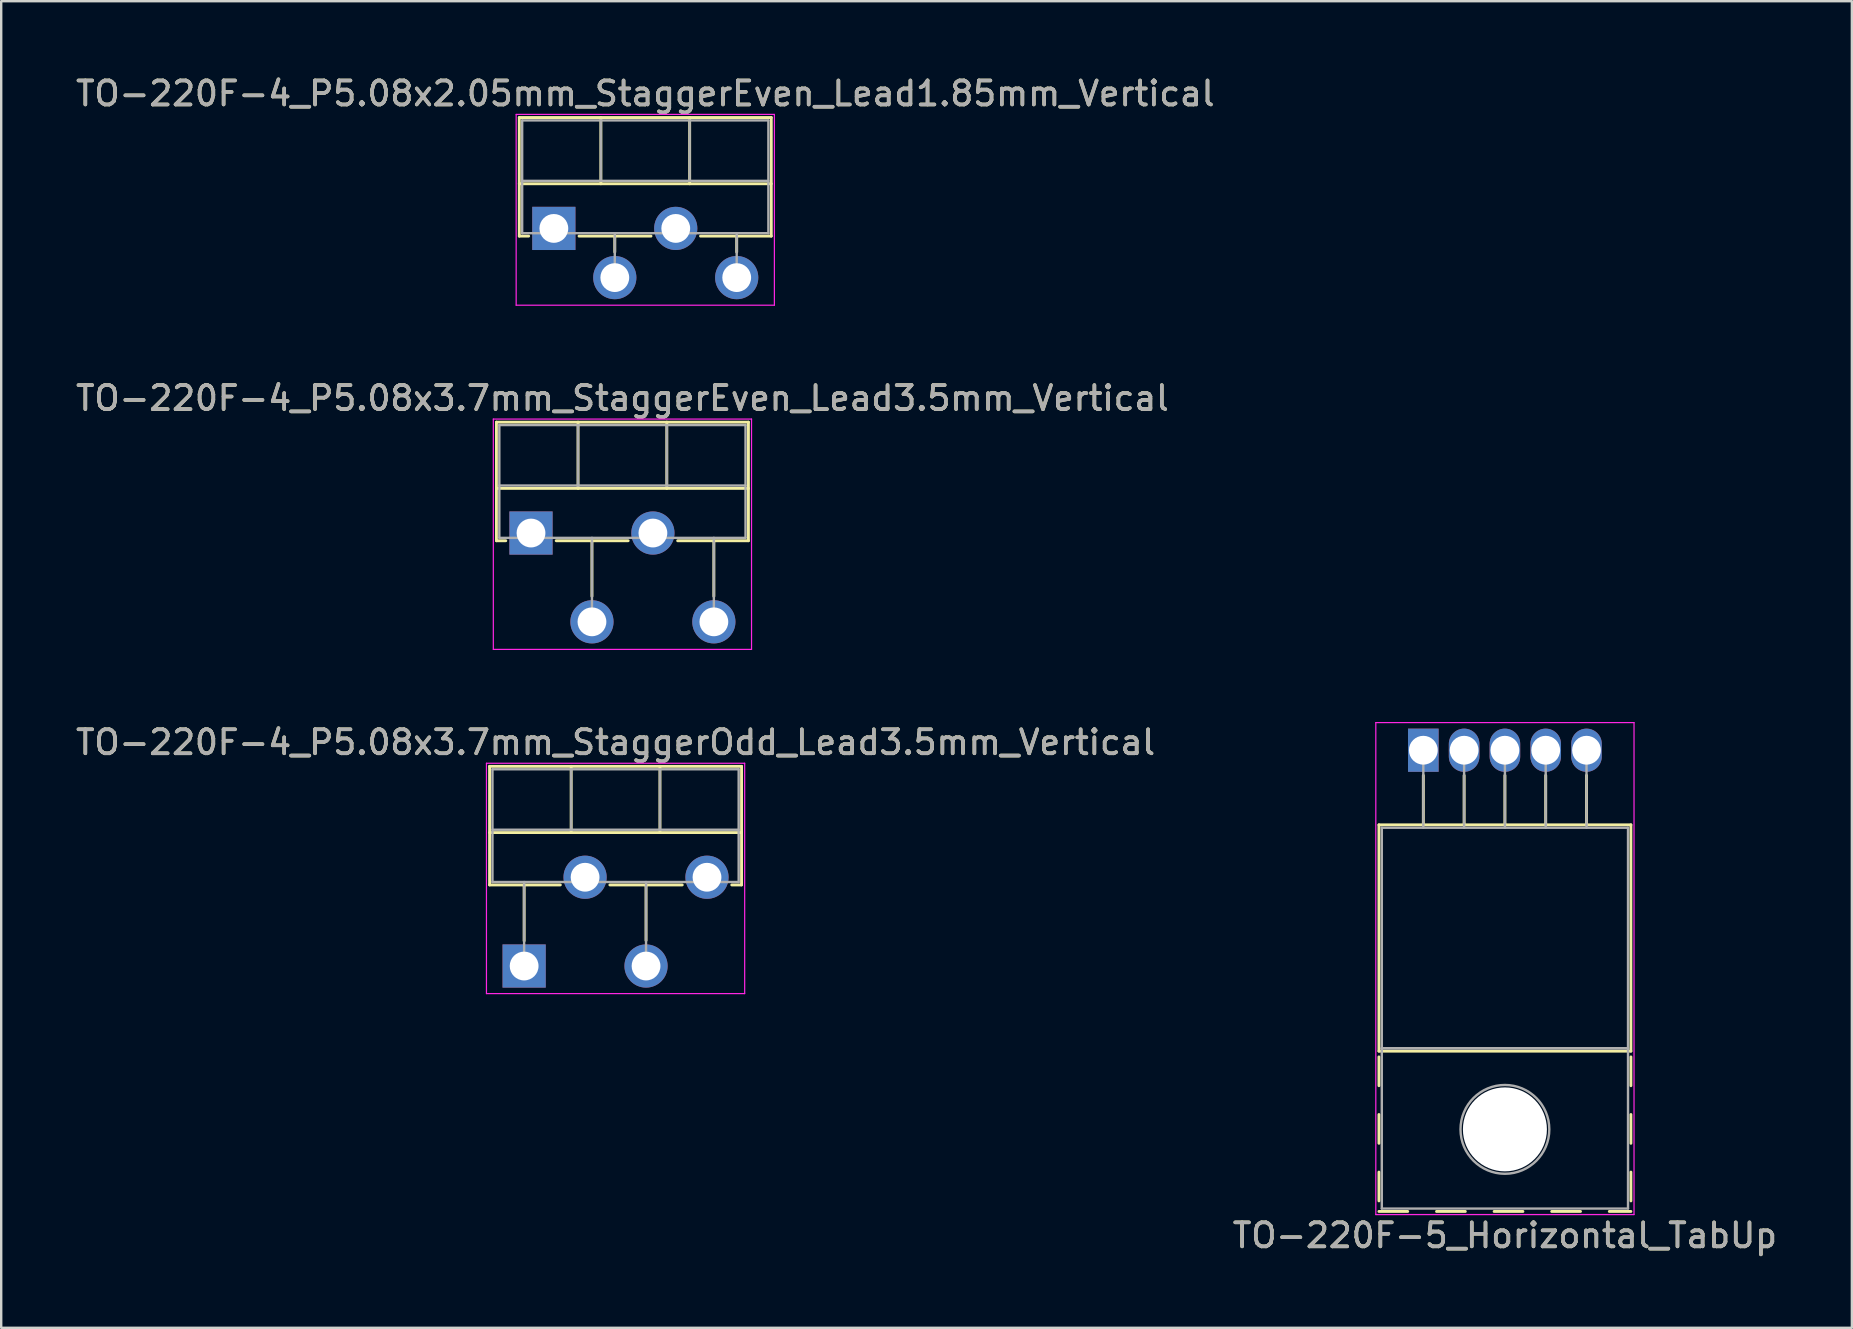
<source format=kicad_pcb>
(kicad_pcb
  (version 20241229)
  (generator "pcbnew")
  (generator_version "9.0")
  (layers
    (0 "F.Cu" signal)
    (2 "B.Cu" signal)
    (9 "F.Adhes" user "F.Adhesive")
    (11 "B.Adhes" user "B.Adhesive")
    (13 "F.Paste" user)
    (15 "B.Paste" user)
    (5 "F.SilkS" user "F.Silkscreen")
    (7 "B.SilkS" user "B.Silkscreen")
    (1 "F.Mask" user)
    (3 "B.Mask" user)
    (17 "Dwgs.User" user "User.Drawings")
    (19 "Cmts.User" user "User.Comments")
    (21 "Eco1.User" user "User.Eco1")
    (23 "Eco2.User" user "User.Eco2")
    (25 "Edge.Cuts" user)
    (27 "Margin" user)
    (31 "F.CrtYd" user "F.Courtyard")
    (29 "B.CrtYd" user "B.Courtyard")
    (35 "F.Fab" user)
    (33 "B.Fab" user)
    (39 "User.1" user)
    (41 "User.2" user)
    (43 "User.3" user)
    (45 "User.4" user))
  (footprint "TO-220F-5_Horizontal_TabUp"
    (layer "F.Cu")
    (at 56.261 28.212)
    (property "Reference" "TO-220F-5_Horizontal_TabUp" (at 3.4 20.22 0) (layer "F.SilkS") (effects (font (size 1 1) (thickness 0.15))))
    (attr through_hole)
    (fp_line (start -1.85 3.11) (end -1.85 12.54) (stroke (width 0.12) (type solid)) (layer "F.SilkS"))
    (fp_line (start -1.85 3.11) (end 8.65 3.11) (stroke (width 0.12) (type solid)) (layer "F.SilkS"))
    (fp_line (start -1.85 12.54) (end 8.65 12.54) (stroke (width 0.12) (type solid)) (layer "F.SilkS"))
    (fp_line (start -1.85 12.78) (end -1.85 13.98) (stroke (width 0.12) (type solid)) (layer "F.SilkS"))
    (fp_line (start -1.85 15.18) (end -1.85 16.38) (stroke (width 0.12) (type solid)) (layer "F.SilkS"))
    (fp_line (start -1.85 17.58) (end -1.85 18.78) (stroke (width 0.12) (type solid)) (layer "F.SilkS"))
    (fp_line (start -1.85 19.22) (end -0.651 19.22) (stroke (width 0.12) (type solid)) (layer "F.SilkS"))
    (fp_line (start 0 1.05) (end 0 3.11) (stroke (width 0.12) (type solid)) (layer "F.SilkS"))
    (fp_line (start 0.55 19.22) (end 1.75 19.22) (stroke (width 0.12) (type solid)) (layer "F.SilkS"))
    (fp_line (start 1.7 1.05) (end 1.7 3.11) (stroke (width 0.12) (type solid)) (layer "F.SilkS"))
    (fp_line (start 2.95 19.22) (end 4.15 19.22) (stroke (width 0.12) (type solid)) (layer "F.SilkS"))
    (fp_line (start 3.4 1.05) (end 3.4 3.11) (stroke (width 0.12) (type solid)) (layer "F.SilkS"))
    (fp_line (start 5.1 1.05) (end 5.1 3.11) (stroke (width 0.12) (type solid)) (layer "F.SilkS"))
    (fp_line (start 5.35 19.22) (end 6.55 19.22) (stroke (width 0.12) (type solid)) (layer "F.SilkS"))
    (fp_line (start 6.8 1.05) (end 6.8 3.11) (stroke (width 0.12) (type solid)) (layer "F.SilkS"))
    (fp_line (start 7.75 19.22) (end 8.65 19.22) (stroke (width 0.12) (type solid)) (layer "F.SilkS"))
    (fp_line (start 8.65 3.11) (end 8.65 12.54) (stroke (width 0.12) (type solid)) (layer "F.SilkS"))
    (fp_line (start 8.65 12.78) (end 8.65 13.98) (stroke (width 0.12) (type solid)) (layer "F.SilkS"))
    (fp_line (start 8.65 15.18) (end 8.65 16.38) (stroke (width 0.12) (type solid)) (layer "F.SilkS"))
    (fp_line (start 8.65 17.58) (end 8.65 18.78) (stroke (width 0.12) (type solid)) (layer "F.SilkS"))
    (fp_line (start -1.98 -1.15) (end -1.98 19.35) (stroke (width 0.05) (type solid)) (layer "F.CrtYd"))
    (fp_line (start -1.98 19.35) (end 8.78 19.35) (stroke (width 0.05) (type solid)) (layer "F.CrtYd"))
    (fp_line (start 8.78 -1.15) (end -1.98 -1.15) (stroke (width 0.05) (type solid)) (layer "F.CrtYd"))
    (fp_line (start 8.78 19.35) (end 8.78 -1.15) (stroke (width 0.05) (type solid)) (layer "F.CrtYd"))
    (fp_line (start -1.73 3.23) (end -1.73 12.42) (stroke (width 0.1) (type solid)) (layer "F.Fab"))
    (fp_line (start -1.73 12.42) (end -1.73 19.1) (stroke (width 0.1) (type solid)) (layer "F.Fab"))
    (fp_line (start -1.73 12.42) (end 8.53 12.42) (stroke (width 0.1) (type solid)) (layer "F.Fab"))
    (fp_line (start -1.73 19.1) (end 8.53 19.1) (stroke (width 0.1) (type solid)) (layer "F.Fab"))
    (fp_line (start 0 3.23) (end 0 0) (stroke (width 0.1) (type solid)) (layer "F.Fab"))
    (fp_line (start 1.7 3.23) (end 1.7 0) (stroke (width 0.1) (type solid)) (layer "F.Fab"))
    (fp_line (start 3.4 3.23) (end 3.4 0) (stroke (width 0.1) (type solid)) (layer "F.Fab"))
    (fp_line (start 5.1 3.23) (end 5.1 0) (stroke (width 0.1) (type solid)) (layer "F.Fab"))
    (fp_line (start 6.8 3.23) (end 6.8 0) (stroke (width 0.1) (type solid)) (layer "F.Fab"))
    (fp_line (start 8.53 3.23) (end -1.73 3.23) (stroke (width 0.1) (type solid)) (layer "F.Fab"))
    (fp_line (start 8.53 12.42) (end -1.73 12.42) (stroke (width 0.1) (type solid)) (layer "F.Fab"))
    (fp_line (start 8.53 12.42) (end 8.53 3.23) (stroke (width 0.1) (type solid)) (layer "F.Fab"))
    (fp_line (start 8.53 19.1) (end 8.53 12.42) (stroke (width 0.1) (type solid)) (layer "F.Fab"))
    (fp_circle (center 3.4 15.8) (end 5.25 15.8) (stroke (width 0.1) (type solid)) (fill no) (layer "F.Fab"))
    (fp_text user "${REFERENCE}" (at 3.4 20.22 0) (layer "F.Fab") (effects (font (size 1 1) (thickness 0.15))))
    (pad "" np_thru_hole oval (at 3.4 15.8) (size 3.5 3.5) (drill 3.5) (layers "*.Cu" "*.Mask"))
    (pad "1" thru_hole rect (at 0 0) (size 1.275 1.8) (drill 1.2) (layers "*.Cu" "*.Mask"))
    (pad "2" thru_hole oval (at 1.7 0) (size 1.275 1.8) (drill 1.2) (layers "*.Cu" "*.Mask"))
    (pad "3" thru_hole oval (at 3.4 0) (size 1.275 1.8) (drill 1.2) (layers "*.Cu" "*.Mask"))
    (pad "4" thru_hole oval (at 5.1 0) (size 1.275 1.8) (drill 1.2) (layers "*.Cu" "*.Mask"))
    (pad "5" thru_hole oval (at 6.8 0) (size 1.275 1.8) (drill 1.2) (layers "*.Cu" "*.Mask")))
  (footprint "TO-220F-4_P5.08x3.7mm_StaggerOdd_Lead3.5mm_Vertical"
    (layer "F.Cu")
    (at 18.791 37.205)
    (property "Reference" "TO-220F-4_P5.08x3.7mm_StaggerOdd_Lead3.5mm_Vertical" (at 3.81 -9.32 0) (layer "F.SilkS") (effects (font (size 1 1) (thickness 0.15))))
    (attr through_hole)
    (fp_line (start -1.44 -8.32) (end -1.44 -3.379) (stroke (width 0.12) (type solid)) (layer "F.SilkS"))
    (fp_line (start -1.44 -8.32) (end 9.06 -8.32) (stroke (width 0.12) (type solid)) (layer "F.SilkS"))
    (fp_line (start -1.44 -5.561) (end 9.06 -5.561) (stroke (width 0.12) (type solid)) (layer "F.SilkS"))
    (fp_line (start -1.44 -3.379) (end 1.509 -3.379) (stroke (width 0.12) (type solid)) (layer "F.SilkS"))
    (fp_line (start 0 -3.379) (end 0 -1.049) (stroke (width 0.12) (type solid)) (layer "F.SilkS"))
    (fp_line (start 1.96 -8.32) (end 1.96 -5.561) (stroke (width 0.12) (type solid)) (layer "F.SilkS"))
    (fp_line (start 3.572 -3.379) (end 6.589 -3.379) (stroke (width 0.12) (type solid)) (layer "F.SilkS"))
    (fp_line (start 5.08 -3.379) (end 5.08 -1.065) (stroke (width 0.12) (type solid)) (layer "F.SilkS"))
    (fp_line (start 5.66 -8.32) (end 5.66 -5.561) (stroke (width 0.12) (type solid)) (layer "F.SilkS"))
    (fp_line (start 8.652 -3.379) (end 9.06 -3.379) (stroke (width 0.12) (type solid)) (layer "F.SilkS"))
    (fp_line (start 9.06 -8.32) (end 9.06 -3.379) (stroke (width 0.12) (type solid)) (layer "F.SilkS"))
    (fp_line (start -1.57 -8.45) (end -1.57 1.15) (stroke (width 0.05) (type solid)) (layer "F.CrtYd"))
    (fp_line (start -1.57 1.15) (end 9.19 1.15) (stroke (width 0.05) (type solid)) (layer "F.CrtYd"))
    (fp_line (start 9.19 -8.45) (end -1.57 -8.45) (stroke (width 0.05) (type solid)) (layer "F.CrtYd"))
    (fp_line (start 9.19 1.15) (end 9.19 -8.45) (stroke (width 0.05) (type solid)) (layer "F.CrtYd"))
    (fp_line (start -1.32 -8.2) (end -1.32 -3.5) (stroke (width 0.1) (type solid)) (layer "F.Fab"))
    (fp_line (start -1.32 -5.68) (end 8.94 -5.68) (stroke (width 0.1) (type solid)) (layer "F.Fab"))
    (fp_line (start -1.32 -3.5) (end 8.94 -3.5) (stroke (width 0.1) (type solid)) (layer "F.Fab"))
    (fp_line (start 0 -3.5) (end 0 0) (stroke (width 0.1) (type solid)) (layer "F.Fab"))
    (fp_line (start 1.96 -8.2) (end 1.96 -5.68) (stroke (width 0.1) (type solid)) (layer "F.Fab"))
    (fp_line (start 5.08 -3.5) (end 5.08 0) (stroke (width 0.1) (type solid)) (layer "F.Fab"))
    (fp_line (start 5.66 -8.2) (end 5.66 -5.68) (stroke (width 0.1) (type solid)) (layer "F.Fab"))
    (fp_line (start 8.94 -8.2) (end -1.32 -8.2) (stroke (width 0.1) (type solid)) (layer "F.Fab"))
    (fp_line (start 8.94 -3.5) (end 8.94 -8.2) (stroke (width 0.1) (type solid)) (layer "F.Fab"))
    (fp_text user "${REFERENCE}" (at 3.81 -9.32 0) (layer "F.Fab") (effects (font (size 1 1) (thickness 0.15))))
    (pad "1" thru_hole rect (at 0 0) (size 1.8 1.8) (drill 1.2) (layers "*.Cu" "*.Mask"))
    (pad "2" thru_hole oval (at 2.54 -3.7) (size 1.8 1.8) (drill 1.2) (layers "*.Cu" "*.Mask"))
    (pad "3" thru_hole oval (at 5.08 0) (size 1.8 1.8) (drill 1.2) (layers "*.Cu" "*.Mask"))
    (pad "4" thru_hole oval (at 7.62 -3.7) (size 1.8 1.8) (drill 1.2) (layers "*.Cu" "*.Mask")))
  (footprint "TO-220F-4_P5.08x2.05mm_StaggerEven_Lead1.85mm_Vertical"
    (layer "F.Cu")
    (at 20.029 6.468)
    (property "Reference" "TO-220F-4_P5.08x2.05mm_StaggerEven_Lead1.85mm_Vertical" (at 3.81 -5.62 0) (layer "F.SilkS") (effects (font (size 1 1) (thickness 0.15))))
    (attr through_hole)
    (fp_line (start -1.44 -4.62) (end -1.44 0.321) (stroke (width 0.12) (type solid)) (layer "F.SilkS"))
    (fp_line (start -1.44 -4.62) (end 9.06 -4.62) (stroke (width 0.12) (type solid)) (layer "F.SilkS"))
    (fp_line (start -1.44 -1.861) (end 9.06 -1.861) (stroke (width 0.12) (type solid)) (layer "F.SilkS"))
    (fp_line (start -1.44 0.321) (end -1.05 0.321) (stroke (width 0.12) (type solid)) (layer "F.SilkS"))
    (fp_line (start 1.05 0.321) (end 4.049 0.321) (stroke (width 0.12) (type solid)) (layer "F.SilkS"))
    (fp_line (start 1.96 -4.62) (end 1.96 -1.861) (stroke (width 0.12) (type solid)) (layer "F.SilkS"))
    (fp_line (start 2.54 0.321) (end 2.54 0.985) (stroke (width 0.12) (type solid)) (layer "F.SilkS"))
    (fp_line (start 5.66 -4.62) (end 5.66 -1.861) (stroke (width 0.12) (type solid)) (layer "F.SilkS"))
    (fp_line (start 6.112 0.321) (end 9.06 0.321) (stroke (width 0.12) (type solid)) (layer "F.SilkS"))
    (fp_line (start 7.62 0.321) (end 7.62 0.985) (stroke (width 0.12) (type solid)) (layer "F.SilkS"))
    (fp_line (start 9.06 -4.62) (end 9.06 0.321) (stroke (width 0.12) (type solid)) (layer "F.SilkS"))
    (fp_line (start -1.57 -4.75) (end -1.57 3.2) (stroke (width 0.05) (type solid)) (layer "F.CrtYd"))
    (fp_line (start -1.57 3.2) (end 9.19 3.2) (stroke (width 0.05) (type solid)) (layer "F.CrtYd"))
    (fp_line (start 9.19 -4.75) (end -1.57 -4.75) (stroke (width 0.05) (type solid)) (layer "F.CrtYd"))
    (fp_line (start 9.19 3.2) (end 9.19 -4.75) (stroke (width 0.05) (type solid)) (layer "F.CrtYd"))
    (fp_line (start -1.32 -4.5) (end -1.32 0.2) (stroke (width 0.1) (type solid)) (layer "F.Fab"))
    (fp_line (start -1.32 -1.98) (end 8.94 -1.98) (stroke (width 0.1) (type solid)) (layer "F.Fab"))
    (fp_line (start -1.32 0.2) (end 8.94 0.2) (stroke (width 0.1) (type solid)) (layer "F.Fab"))
    (fp_line (start 1.96 -4.5) (end 1.96 -1.98) (stroke (width 0.1) (type solid)) (layer "F.Fab"))
    (fp_line (start 2.54 0.2) (end 2.54 2.05) (stroke (width 0.1) (type solid)) (layer "F.Fab"))
    (fp_line (start 5.66 -4.5) (end 5.66 -1.98) (stroke (width 0.1) (type solid)) (layer "F.Fab"))
    (fp_line (start 7.62 0.2) (end 7.62 2.05) (stroke (width 0.1) (type solid)) (layer "F.Fab"))
    (fp_line (start 8.94 -4.5) (end -1.32 -4.5) (stroke (width 0.1) (type solid)) (layer "F.Fab"))
    (fp_line (start 8.94 0.2) (end 8.94 -4.5) (stroke (width 0.1) (type solid)) (layer "F.Fab"))
    (fp_text user "${REFERENCE}" (at 3.81 -5.62 0) (layer "F.Fab") (effects (font (size 1 1) (thickness 0.15))))
    (pad "1" thru_hole rect (at 0 0) (size 1.8 1.8) (drill 1.2) (layers "*.Cu" "*.Mask"))
    (pad "2" thru_hole oval (at 2.54 2.05) (size 1.8 1.8) (drill 1.2) (layers "*.Cu" "*.Mask"))
    (pad "3" thru_hole oval (at 5.08 0) (size 1.8 1.8) (drill 1.2) (layers "*.Cu" "*.Mask"))
    (pad "4" thru_hole oval (at 7.62 2.05) (size 1.8 1.8) (drill 1.2) (layers "*.Cu" "*.Mask")))
  (footprint "TO-220F-4_P5.08x3.7mm_StaggerEven_Lead3.5mm_Vertical"
    (layer "F.Cu")
    (at 19.077 19.162)
    (property "Reference" "TO-220F-4_P5.08x3.7mm_StaggerEven_Lead3.5mm_Vertical" (at 3.81 -5.62 0) (layer "F.SilkS") (effects (font (size 1 1) (thickness 0.15))))
    (attr through_hole)
    (fp_line (start -1.44 -4.62) (end -1.44 0.321) (stroke (width 0.12) (type solid)) (layer "F.SilkS"))
    (fp_line (start -1.44 -4.62) (end 9.06 -4.62) (stroke (width 0.12) (type solid)) (layer "F.SilkS"))
    (fp_line (start -1.44 -1.861) (end 9.06 -1.861) (stroke (width 0.12) (type solid)) (layer "F.SilkS"))
    (fp_line (start -1.44 0.321) (end -1.05 0.321) (stroke (width 0.12) (type solid)) (layer "F.SilkS"))
    (fp_line (start 1.05 0.321) (end 4.049 0.321) (stroke (width 0.12) (type solid)) (layer "F.SilkS"))
    (fp_line (start 1.96 -4.62) (end 1.96 -1.861) (stroke (width 0.12) (type solid)) (layer "F.SilkS"))
    (fp_line (start 2.54 0.321) (end 2.54 2.635) (stroke (width 0.12) (type solid)) (layer "F.SilkS"))
    (fp_line (start 5.66 -4.62) (end 5.66 -1.861) (stroke (width 0.12) (type solid)) (layer "F.SilkS"))
    (fp_line (start 6.112 0.321) (end 9.06 0.321) (stroke (width 0.12) (type solid)) (layer "F.SilkS"))
    (fp_line (start 7.62 0.321) (end 7.62 2.635) (stroke (width 0.12) (type solid)) (layer "F.SilkS"))
    (fp_line (start 9.06 -4.62) (end 9.06 0.321) (stroke (width 0.12) (type solid)) (layer "F.SilkS"))
    (fp_line (start -1.57 -4.75) (end -1.57 4.85) (stroke (width 0.05) (type solid)) (layer "F.CrtYd"))
    (fp_line (start -1.57 4.85) (end 9.19 4.85) (stroke (width 0.05) (type solid)) (layer "F.CrtYd"))
    (fp_line (start 9.19 -4.75) (end -1.57 -4.75) (stroke (width 0.05) (type solid)) (layer "F.CrtYd"))
    (fp_line (start 9.19 4.85) (end 9.19 -4.75) (stroke (width 0.05) (type solid)) (layer "F.CrtYd"))
    (fp_line (start -1.32 -4.5) (end -1.32 0.2) (stroke (width 0.1) (type solid)) (layer "F.Fab"))
    (fp_line (start -1.32 -1.98) (end 8.94 -1.98) (stroke (width 0.1) (type solid)) (layer "F.Fab"))
    (fp_line (start -1.32 0.2) (end 8.94 0.2) (stroke (width 0.1) (type solid)) (layer "F.Fab"))
    (fp_line (start 1.96 -4.5) (end 1.96 -1.98) (stroke (width 0.1) (type solid)) (layer "F.Fab"))
    (fp_line (start 2.54 0.2) (end 2.54 3.7) (stroke (width 0.1) (type solid)) (layer "F.Fab"))
    (fp_line (start 5.66 -4.5) (end 5.66 -1.98) (stroke (width 0.1) (type solid)) (layer "F.Fab"))
    (fp_line (start 7.62 0.2) (end 7.62 3.7) (stroke (width 0.1) (type solid)) (layer "F.Fab"))
    (fp_line (start 8.94 -4.5) (end -1.32 -4.5) (stroke (width 0.1) (type solid)) (layer "F.Fab"))
    (fp_line (start 8.94 0.2) (end 8.94 -4.5) (stroke (width 0.1) (type solid)) (layer "F.Fab"))
    (fp_text user "${REFERENCE}" (at 3.81 -5.62 0) (layer "F.Fab") (effects (font (size 1 1) (thickness 0.15))))
    (pad "1" thru_hole rect (at 0 0) (size 1.8 1.8) (drill 1.2) (layers "*.Cu" "*.Mask"))
    (pad "2" thru_hole oval (at 2.54 3.7) (size 1.8 1.8) (drill 1.2) (layers "*.Cu" "*.Mask"))
    (pad "3" thru_hole oval (at 5.08 0) (size 1.8 1.8) (drill 1.2) (layers "*.Cu" "*.Mask"))
    (pad "4" thru_hole oval (at 7.62 3.7) (size 1.8 1.8) (drill 1.2) (layers "*.Cu" "*.Mask")))
  (gr_rect
    (start -3 -3)
    (end 74.119 52.28)
    (stroke (width 0.1) (type default))
    (fill no)
    (layer "Edge.Cuts")))
</source>
